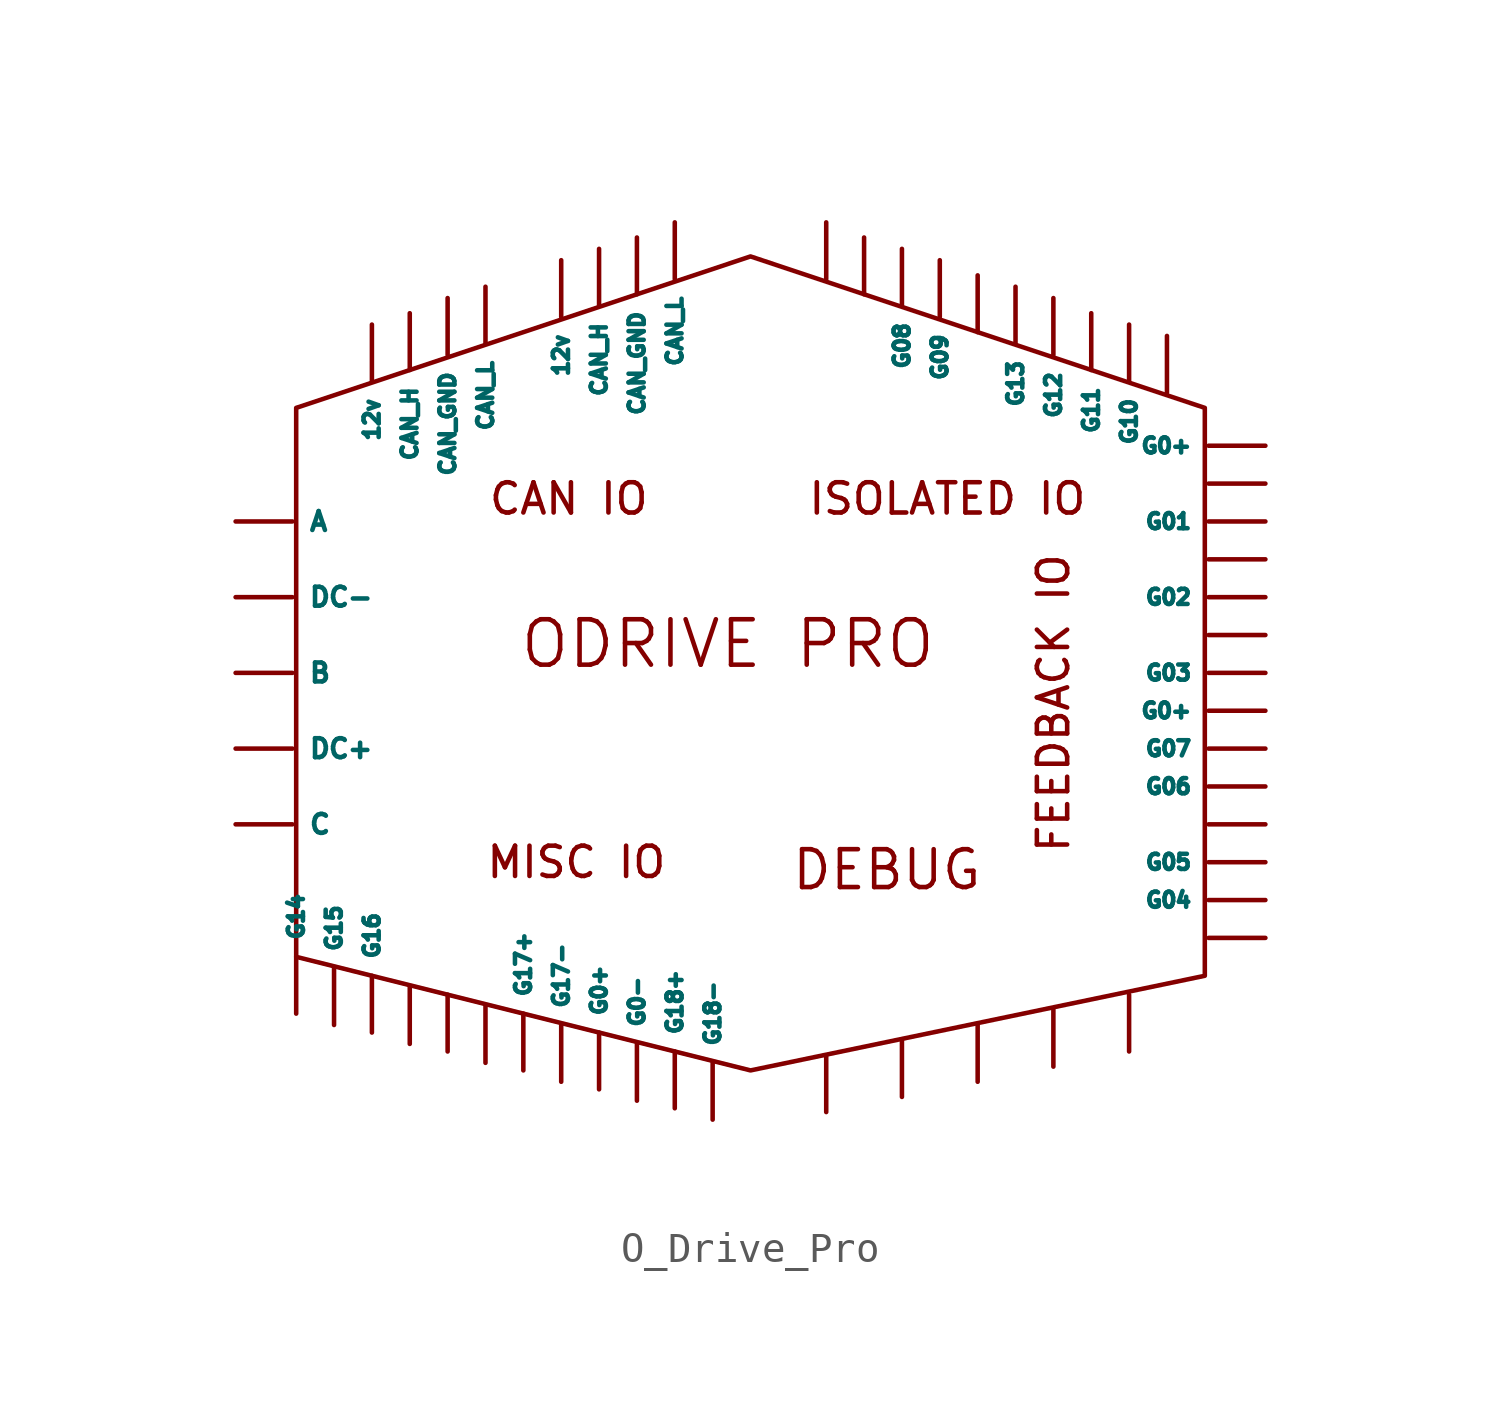
<source format=kicad_sym>
(kicad_symbol_lib
  (version 20241209)
  (generator "kicad_symbol_editor")
  (generator_version "9.0")
  (symbol "O_Drive_Pro"
    (property "Reference" "U"
      (at 0 0 0)
      (effects (font (size 1.27 1.27)) (hide yes)))
    (property "Value" ""
      (at 0 0 0)
      (effects (font (size 1.27 1.27))))
    (symbol "O_Drive_Pro_0_1"
      (polyline (pts (xy -15.24 7.62) (xy 0 12.7) (xy 15.24 7.62) (xy 15.24 -11.43) (xy 0 -14.605) (xy -15.24 -10.795) (xy -15.24 7.62) (xy -15.24 7.62)) (stroke (width 0) (type default)) (fill (type none))))
    (symbol "O_Drive_Pro_1_1"
      (text "CAN IO" (at -6.096 4.572 0) (effects (font (size 1.016 1.016))))
      (text "MISC IO\n" (at -5.842 -7.62 0) (effects (font (size 1.016 1.016))))
      (text "ODRIVE PRO\n " (at -0.762 -1.524 0) (effects (font (size 1.524 1.524))))
      (text "DEBUG" (at 4.572 -7.874 0) (effects (font (size 1.27 1.27))))
      (text "ISOLATED IO" (at 6.604 4.572 0) (effects (font (size 1.016 1.016))))
      (text "FEEDBACK IO\n" (at 10.16 -2.286 900) (effects (font (size 1.016 1.016))))
      (pin output line (at -17.272 3.81 0) (length 1.905) (name "A" (effects (font (size 0.635 0.635)))) (number "" (effects (font (size 0.635 0.635)))))
      (pin input line (at -17.272 1.27 0) (length 1.905) (name "DC-" (effects (font (size 0.635 0.635)))) (number "" (effects (font (size 0.635 0.635)))))
      (pin output line (at -17.272 -1.27 0) (length 1.905) (name "B" (effects (font (size 0.635 0.635)))) (number "" (effects (font (size 0.635 0.635)))))
      (pin input line (at -17.272 -3.81 0) (length 1.905) (name "DC+" (effects (font (size 0.635 0.635)))) (number "" (effects (font (size 0.635 0.635)))))
      (pin input line (at -17.272 -6.35 0) (length 1.905) (name "C" (effects (font (size 0.635 0.635)))) (number "" (effects (font (size 0.635 0.635)))))
      (pin input line (at -15.24 -12.7 90) (length 1.905) (name "G14" (effects (font (size 0.508 0.508)))) (number "" (effects (font (size 0.635 0.635)))))
      (pin input line (at -13.97 -13.081 90) (length 1.905) (name "G15" (effects (font (size 0.508 0.508)))) (number "" (effects (font (size 0.635 0.635)))))
      (pin input line (at -12.7 10.414 270) (length 1.905) (name "12v" (effects (font (size 0.508 0.508)))) (number "" (effects (font (size 0.635 0.635)))))
      (pin input line (at -12.7 -13.335 90) (length 1.905) (name "G16" (effects (font (size 0.508 0.508)))) (number "" (effects (font (size 0.635 0.635)))))
      (pin input line (at -11.43 10.795 270) (length 1.905) (name "CAN_H" (effects (font (size 0.508 0.508)))) (number "" (effects (font (size 0.635 0.635)))))
      (pin input line (at -11.43 -13.716 90) (length 1.905) (name "" (effects (font (size 0.508 0.508)))) (number "" (effects (font (size 0.635 0.635)))))
      (pin input line (at -10.16 11.303 270) (length 1.905) (name "CAN_GND" (effects (font (size 0.508 0.508)))) (number "" (effects (font (size 0.635 0.635)))))
      (pin input line (at -10.16 -13.97 90) (length 1.905) (name "" (effects (font (size 0.508 0.508)))) (number "" (effects (font (size 0.635 0.635)))))
      (pin input line (at -8.89 11.684 270) (length 1.905) (name "CAN_L" (effects (font (size 0.508 0.508)))) (number "" (effects (font (size 0.635 0.635)))))
      (pin input line (at -8.89 -14.351 90) (length 1.905) (name "" (effects (font (size 0.508 0.508)))) (number "" (effects (font (size 0.635 0.635)))))
      (pin input line (at -7.62 -14.605 90) (length 1.905) (name "G17+" (effects (font (size 0.508 0.508)))) (number "" (effects (font (size 0.635 0.635)))))
      (pin input line (at -6.35 12.573 270) (length 1.905) (name "12v" (effects (font (size 0.508 0.508)))) (number "" (effects (font (size 0.635 0.635)))))
      (pin input line (at -6.35 -14.986 90) (length 1.905) (name "G17-" (effects (font (size 0.508 0.508)))) (number "" (effects (font (size 0.635 0.635)))))
      (pin input line (at -5.08 12.954 270) (length 1.905) (name "CAN_H" (effects (font (size 0.508 0.508)))) (number "" (effects (font (size 0.635 0.635)))))
      (pin input line (at -5.08 -15.24 90) (length 1.905) (name "G0+" (effects (font (size 0.508 0.508)))) (number "" (effects (font (size 0.635 0.635)))))
      (pin input line (at -3.81 13.335 270) (length 1.905) (name "CAN_GND" (effects (font (size 0.508 0.508)))) (number "" (effects (font (size 0.635 0.635)))))
      (pin input line (at -3.81 -15.621 90) (length 1.905) (name "G0-" (effects (font (size 0.508 0.508)))) (number "" (effects (font (size 0.635 0.635)))))
      (pin input line (at -2.54 13.843 270) (length 1.905) (name "CAN_L" (effects (font (size 0.508 0.508)))) (number "" (effects (font (size 0.635 0.635)))))
      (pin input line (at -2.54 -15.875 90) (length 1.905) (name "G18+" (effects (font (size 0.508 0.508)))) (number "" (effects (font (size 0.635 0.635)))))
      (pin input line (at -1.27 -16.256 90) (length 1.905) (name "G18-" (effects (font (size 0.508 0.508)))) (number "" (effects (font (size 0.635 0.635)))))
      (pin input line (at 2.54 13.843 270) (length 1.905) (name "" (effects (font (size 0.508 0.508)))) (number "" (effects (font (size 0.635 0.635)))))
      (pin input line (at 2.54 -16.002 90) (length 1.905) (name "" (effects (font (size 0.508 0.508)))) (number "" (effects (font (size 0.635 0.635)))))
      (pin input line (at 3.81 13.335 270) (length 1.905) (name "" (effects (font (size 0.508 0.508)))) (number "" (effects (font (size 0.635 0.635)))))
      (pin input line (at 5.08 12.954 270) (length 1.905) (name "G08" (effects (font (size 0.508 0.508)))) (number "" (effects (font (size 0.635 0.635)))))
      (pin input line (at 5.08 -15.494 90) (length 1.905) (name "" (effects (font (size 0.508 0.508)))) (number "" (effects (font (size 0.635 0.635)))))
      (pin input line (at 6.35 12.573 270) (length 1.905) (name "G09" (effects (font (size 0.508 0.508)))) (number "" (effects (font (size 0.635 0.635)))))
      (pin input line (at 7.62 12.065 270) (length 1.905) (name "" (effects (font (size 0.508 0.508)))) (number "" (effects (font (size 0.635 0.635)))))
      (pin input line (at 7.62 -14.986 90) (length 1.905) (name "" (effects (font (size 0.508 0.508)))) (number "" (effects (font (size 0.635 0.635)))))
      (pin input line (at 8.89 11.684 270) (length 1.905) (name "G13" (effects (font (size 0.508 0.508)))) (number "" (effects (font (size 0.635 0.635)))))
      (pin input line (at 10.16 11.303 270) (length 1.905) (name "G12" (effects (font (size 0.508 0.508)))) (number "" (effects (font (size 0.635 0.635)))))
      (pin input line (at 10.16 -14.478 90) (length 1.905) (name "" (effects (font (size 0.508 0.508)))) (number "" (effects (font (size 0.635 0.635)))))
      (pin input line (at 11.43 10.795 270) (length 1.905) (name "G11" (effects (font (size 0.508 0.508)))) (number "" (effects (font (size 0.635 0.635)))))
      (pin input line (at 12.7 10.414 270) (length 1.905) (name "G10" (effects (font (size 0.508 0.508)))) (number "" (effects (font (size 0.635 0.635)))))
      (pin input line (at 12.7 -13.97 90) (length 1.905) (name "" (effects (font (size 0.508 0.508)))) (number "" (effects (font (size 0.635 0.635)))))
      (pin input line (at 13.97 10.033 270) (length 1.905) (name "" (effects (font (size 0.508 0.508)))) (number "" (effects (font (size 0.635 0.635)))))
      (pin input line (at 17.272 6.35 180) (length 1.905) (name "G0+" (effects (font (size 0.508 0.508)))) (number "" (effects (font (size 0.635 0.635)))))
      (pin input line (at 17.272 5.08 180) (length 1.905) (name "" (effects (font (size 0.508 0.508)))) (number "" (effects (font (size 0.635 0.635)))))
      (pin input line (at 17.272 3.81 180) (length 1.905) (name "G01" (effects (font (size 0.508 0.508)))) (number "" (effects (font (size 0.635 0.635)))))
      (pin input line (at 17.272 2.54 180) (length 1.905) (name "" (effects (font (size 0.508 0.508)))) (number "" (effects (font (size 0.635 0.635)))))
      (pin input line (at 17.272 1.27 180) (length 1.905) (name "G02" (effects (font (size 0.508 0.508)))) (number "" (effects (font (size 0.635 0.635)))))
      (pin input line (at 17.272 0 180) (length 1.905) (name "" (effects (font (size 0.508 0.508)))) (number "" (effects (font (size 0.635 0.635)))))
      (pin input line (at 17.272 -1.27 180) (length 1.905) (name "G03" (effects (font (size 0.508 0.508)))) (number "" (effects (font (size 0.635 0.635)))))
      (pin input line (at 17.272 -2.54 180) (length 1.905) (name "G0+" (effects (font (size 0.508 0.508)))) (number "" (effects (font (size 0.635 0.635)))))
      (pin input line (at 17.272 -3.81 180) (length 1.905) (name "G07" (effects (font (size 0.508 0.508)))) (number "" (effects (font (size 0.635 0.635)))))
      (pin input line (at 17.272 -5.08 180) (length 1.905) (name "G06" (effects (font (size 0.508 0.508)))) (number "" (effects (font (size 0.635 0.635)))))
      (pin input line (at 17.272 -6.35 180) (length 1.905) (name "" (effects (font (size 0.508 0.508)))) (number "" (effects (font (size 0.635 0.635)))))
      (pin input line (at 17.272 -7.62 180) (length 1.905) (name "G05" (effects (font (size 0.508 0.508)))) (number "" (effects (font (size 0.635 0.635)))))
      (pin input line (at 17.272 -8.89 180) (length 1.905) (name "G04" (effects (font (size 0.508 0.508)))) (number "" (effects (font (size 0.635 0.635)))))
      (pin input line (at 17.272 -10.16 180) (length 1.905) (name "" (effects (font (size 0.508 0.508)))) (number "" (effects (font (size 0.635 0.635))))))))
</source>
